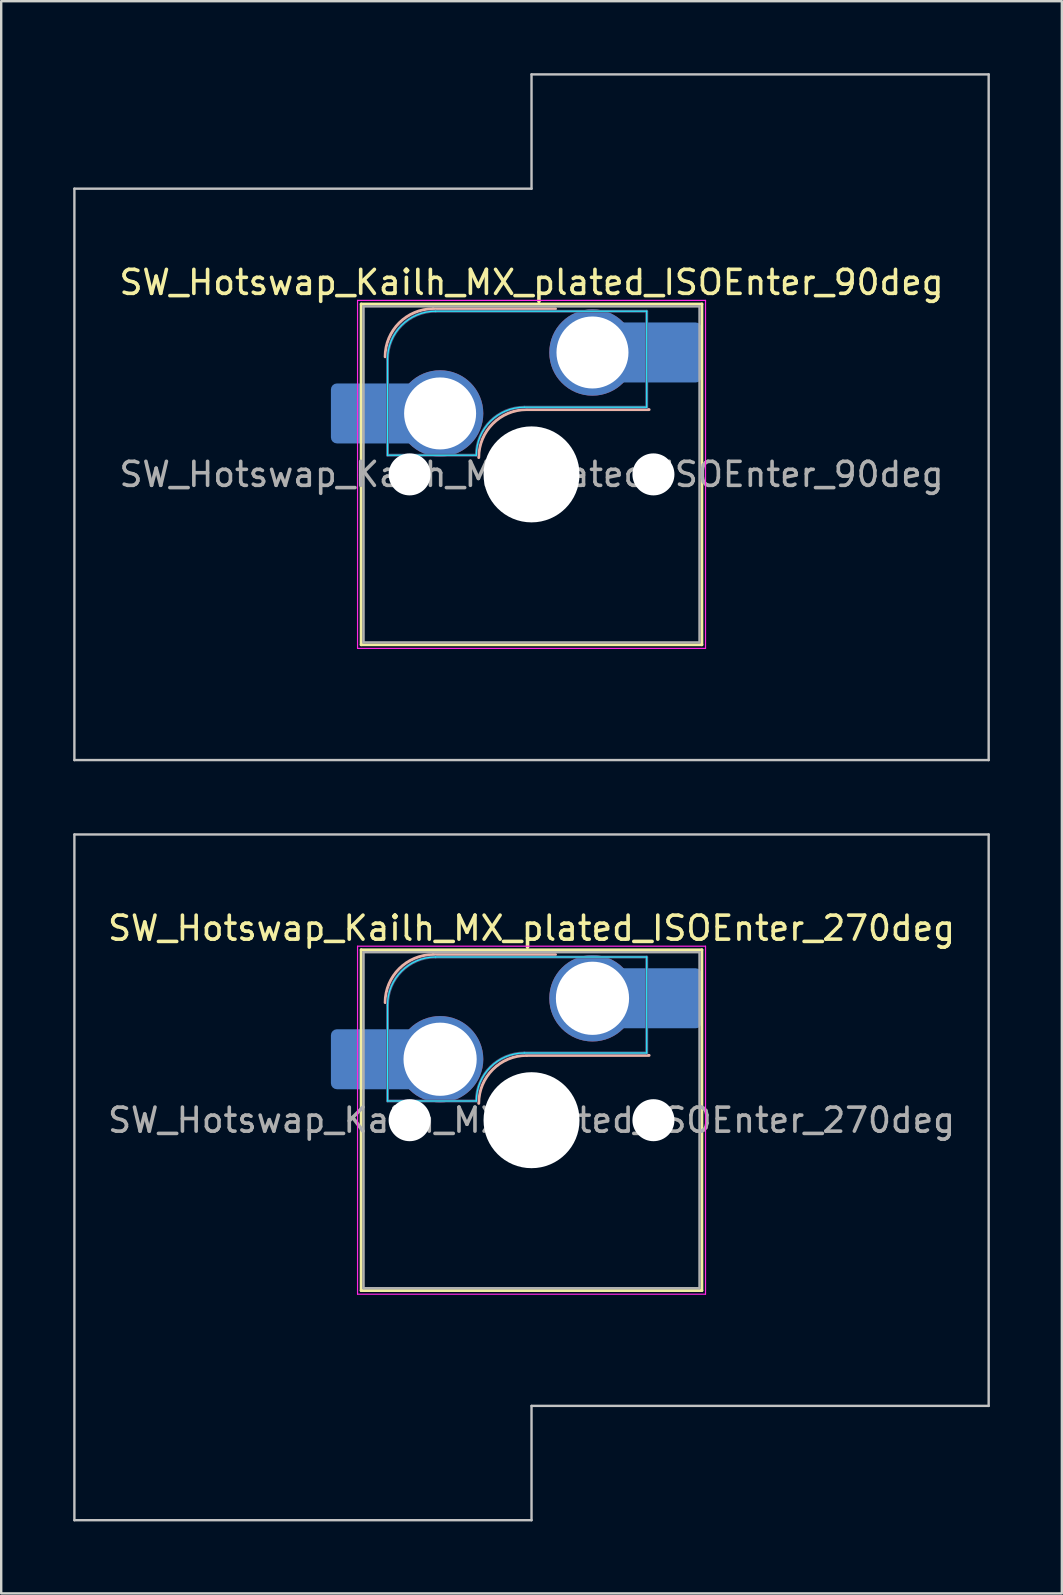
<source format=kicad_pcb>
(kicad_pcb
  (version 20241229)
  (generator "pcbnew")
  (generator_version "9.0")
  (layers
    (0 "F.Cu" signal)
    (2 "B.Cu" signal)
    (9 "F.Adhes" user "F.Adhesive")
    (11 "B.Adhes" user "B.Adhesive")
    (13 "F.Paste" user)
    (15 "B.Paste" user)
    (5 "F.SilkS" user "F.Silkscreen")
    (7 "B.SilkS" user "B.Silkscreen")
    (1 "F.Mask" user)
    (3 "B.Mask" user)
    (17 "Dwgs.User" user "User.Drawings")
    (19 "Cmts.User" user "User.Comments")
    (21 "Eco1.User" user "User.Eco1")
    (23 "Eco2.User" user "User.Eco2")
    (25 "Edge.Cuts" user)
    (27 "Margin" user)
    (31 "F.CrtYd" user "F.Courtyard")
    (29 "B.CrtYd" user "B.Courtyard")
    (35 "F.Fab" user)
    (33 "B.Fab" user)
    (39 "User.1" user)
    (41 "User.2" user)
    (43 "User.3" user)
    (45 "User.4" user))
  (footprint "SW_Hotswap_Kailh_MX_plated_ISOEnter_90deg"
    (layer "F.Cu")
    (at 19.1 16.719)
    (property "Reference" "SW_Hotswap_Kailh_MX_plated_ISOEnter_90deg" (at 0 -8 0) (layer "F.SilkS") (effects (font (size 1 1) (thickness 0.15))))
    (attr smd)
    (fp_line (start -7.1 -7.1) (end -7.1 7.1) (stroke (width 0.12) (type solid)) (layer "F.SilkS"))
    (fp_line (start -7.1 7.1) (end 7.1 7.1) (stroke (width 0.12) (type solid)) (layer "F.SilkS"))
    (fp_line (start 7.1 -7.1) (end -7.1 -7.1) (stroke (width 0.12) (type solid)) (layer "F.SilkS"))
    (fp_line (start 7.1 7.1) (end 7.1 -7.1) (stroke (width 0.12) (type solid)) (layer "F.SilkS"))
    (fp_line (start -4.1 -6.9) (end 1 -6.9) (stroke (width 0.12) (type solid)) (layer "B.SilkS"))
    (fp_line (start -0.2 -2.7) (end 4.9 -2.7) (stroke (width 0.12) (type solid)) (layer "B.SilkS"))
    (fp_arc (start -6.1 -4.9) (mid -5.514214 -6.314214) (end -4.1 -6.9) (stroke (width 0.12) (type solid)) (layer "B.SilkS"))
    (fp_arc (start -2.2 -0.7) (mid -1.614214 -2.114214) (end -0.2 -2.7) (stroke (width 0.12) (type solid)) (layer "B.SilkS"))
    (fp_line (start -19.05 -11.906) (end -19.05 11.906) (stroke (width 0.1) (type solid)) (layer "Dwgs.User"))
    (fp_line (start -19.05 11.906) (end 19.05 11.906) (stroke (width 0.1) (type solid)) (layer "Dwgs.User"))
    (fp_line (start 0 -16.669) (end 0 -11.906) (stroke (width 0.1) (type solid)) (layer "Dwgs.User"))
    (fp_line (start 0 -11.906) (end -19.05 -11.906) (stroke (width 0.1) (type solid)) (layer "Dwgs.User"))
    (fp_line (start 19.05 -16.669) (end 0 -16.669) (stroke (width 0.1) (type solid)) (layer "Dwgs.User"))
    (fp_line (start 19.05 11.906) (end 19.05 -16.669) (stroke (width 0.1) (type solid)) (layer "Dwgs.User"))
    (fp_line (start -7.8 -6) (end -7 -6) (stroke (width 0.1) (type solid)) (layer "Eco1.User"))
    (fp_line (start -7.8 -2.9) (end -7.8 -6) (stroke (width 0.1) (type solid)) (layer "Eco1.User"))
    (fp_line (start -7.8 2.9) (end -7 2.9) (stroke (width 0.1) (type solid)) (layer "Eco1.User"))
    (fp_line (start -7.8 6) (end -7.8 2.9) (stroke (width 0.1) (type solid)) (layer "Eco1.User"))
    (fp_line (start -7 -7) (end 7 -7) (stroke (width 0.1) (type solid)) (layer "Eco1.User"))
    (fp_line (start -7 -6) (end -7 -7) (stroke (width 0.1) (type solid)) (layer "Eco1.User"))
    (fp_line (start -7 -2.9) (end -7.8 -2.9) (stroke (width 0.1) (type solid)) (layer "Eco1.User"))
    (fp_line (start -7 2.9) (end -7 -2.9) (stroke (width 0.1) (type solid)) (layer "Eco1.User"))
    (fp_line (start -7 6) (end -7.8 6) (stroke (width 0.1) (type solid)) (layer "Eco1.User"))
    (fp_line (start -7 7) (end -7 6) (stroke (width 0.1) (type solid)) (layer "Eco1.User"))
    (fp_line (start 7 -7) (end 7 -6) (stroke (width 0.1) (type solid)) (layer "Eco1.User"))
    (fp_line (start 7 -6) (end 7.8 -6) (stroke (width 0.1) (type solid)) (layer "Eco1.User"))
    (fp_line (start 7 -2.9) (end 7 2.9) (stroke (width 0.1) (type solid)) (layer "Eco1.User"))
    (fp_line (start 7 2.9) (end 7.8 2.9) (stroke (width 0.1) (type solid)) (layer "Eco1.User"))
    (fp_line (start 7 6) (end 7 7) (stroke (width 0.1) (type solid)) (layer "Eco1.User"))
    (fp_line (start 7 7) (end -7 7) (stroke (width 0.1) (type solid)) (layer "Eco1.User"))
    (fp_line (start 7.8 -6) (end 7.8 -2.9) (stroke (width 0.1) (type solid)) (layer "Eco1.User"))
    (fp_line (start 7.8 -2.9) (end 7 -2.9) (stroke (width 0.1) (type solid)) (layer "Eco1.User"))
    (fp_line (start 7.8 2.9) (end 7.8 6) (stroke (width 0.1) (type solid)) (layer "Eco1.User"))
    (fp_line (start 7.8 6) (end 7 6) (stroke (width 0.1) (type solid)) (layer "Eco1.User"))
    (fp_line (start -6 -0.8) (end -6 -4.8) (stroke (width 0.05) (type solid)) (layer "B.CrtYd"))
    (fp_line (start -6 -0.8) (end -2.3 -0.8) (stroke (width 0.05) (type solid)) (layer "B.CrtYd"))
    (fp_line (start -4 -6.8) (end 4.8 -6.8) (stroke (width 0.05) (type solid)) (layer "B.CrtYd"))
    (fp_line (start -0.3 -2.8) (end 4.8 -2.8) (stroke (width 0.05) (type solid)) (layer "B.CrtYd"))
    (fp_line (start 4.8 -6.8) (end 4.8 -2.8) (stroke (width 0.05) (type solid)) (layer "B.CrtYd"))
    (fp_arc (start -6 -4.8) (mid -5.414214 -6.214214) (end -4 -6.8) (stroke (width 0.05) (type solid)) (layer "B.CrtYd"))
    (fp_arc (start -2.3 -0.8) (mid -1.714214 -2.214214) (end -0.3 -2.8) (stroke (width 0.05) (type solid)) (layer "B.CrtYd"))
    (fp_line (start -7.25 -7.25) (end -7.25 7.25) (stroke (width 0.05) (type solid)) (layer "F.CrtYd"))
    (fp_line (start -7.25 7.25) (end 7.25 7.25) (stroke (width 0.05) (type solid)) (layer "F.CrtYd"))
    (fp_line (start 7.25 -7.25) (end -7.25 -7.25) (stroke (width 0.05) (type solid)) (layer "F.CrtYd"))
    (fp_line (start 7.25 7.25) (end 7.25 -7.25) (stroke (width 0.05) (type solid)) (layer "F.CrtYd"))
    (fp_line (start -6 -0.8) (end -6 -4.8) (stroke (width 0.12) (type solid)) (layer "B.Fab"))
    (fp_line (start -6 -0.8) (end -2.3 -0.8) (stroke (width 0.12) (type solid)) (layer "B.Fab"))
    (fp_line (start -4 -6.8) (end 4.8 -6.8) (stroke (width 0.12) (type solid)) (layer "B.Fab"))
    (fp_line (start -0.3 -2.8) (end 4.8 -2.8) (stroke (width 0.12) (type solid)) (layer "B.Fab"))
    (fp_line (start 4.8 -6.8) (end 4.8 -2.8) (stroke (width 0.12) (type solid)) (layer "B.Fab"))
    (fp_arc (start -6 -4.8) (mid -5.414214 -6.214214) (end -4 -6.8) (stroke (width 0.12) (type solid)) (layer "B.Fab"))
    (fp_arc (start -2.3 -0.8) (mid -1.714214 -2.214214) (end -0.3 -2.8) (stroke (width 0.12) (type solid)) (layer "B.Fab"))
    (fp_line (start -7 -7) (end -7 7) (stroke (width 0.1) (type solid)) (layer "F.Fab"))
    (fp_line (start -7 7) (end 7 7) (stroke (width 0.1) (type solid)) (layer "F.Fab"))
    (fp_line (start 7 -7) (end -7 -7) (stroke (width 0.1) (type solid)) (layer "F.Fab"))
    (fp_line (start 7 7) (end 7 -7) (stroke (width 0.1) (type solid)) (layer "F.Fab"))
    (fp_text user "${REFERENCE}" (at 0 0 0) (layer "F.Fab") (effects (font (size 1 1) (thickness 0.15))))
    (pad "" smd roundrect (at -7.085 -2.54) (size 2.55 2.5) (layers "B.Mask" "B.Paste") (roundrect_rratio 0.1))
    (pad "" np_thru_hole circle (at -5.08 0) (size 1.75 1.75) (drill 1.75) (layers "*.Cu" "*.Mask"))
    (pad "" np_thru_hole circle (at 0 0) (size 4 4) (drill 4) (layers "*.Cu" "*.Mask"))
    (pad "" np_thru_hole circle (at 5.08 0) (size 1.75 1.75) (drill 1.75) (layers "*.Cu" "*.Mask"))
    (pad "" smd roundrect (at 5.842 -5.08) (size 2.55 2.5) (layers "B.Mask" "B.Paste") (roundrect_rratio 0.1))
    (pad "1" smd roundrect (at -6.585 -2.54) (size 3.55 2.5) (layers "B.Cu") (roundrect_rratio 0.1))
    (pad "1" thru_hole circle (at -3.81 -2.54) (size 3.6 3.6) (drill 3) (layers "*.Cu" "B.Mask"))
    (pad "2" thru_hole circle (at 2.54 -5.08) (size 3.6 3.6) (drill 3) (layers "*.Cu" "B.Mask"))
    (pad "2" smd roundrect (at 5.32 -5.08) (size 3.55 2.5) (layers "B.Cu") (roundrect_rratio 0.1)))
  (footprint "SW_Hotswap_Kailh_MX_plated_ISOEnter_270deg"
    (layer "F.Cu")
    (at 19.1 43.631)
    (property "Reference" "SW_Hotswap_Kailh_MX_plated_ISOEnter_270deg" (at 0 -8 0) (layer "F.SilkS") (effects (font (size 1 1) (thickness 0.15))))
    (attr smd)
    (fp_line (start -7.1 -7.1) (end -7.1 7.1) (stroke (width 0.12) (type solid)) (layer "F.SilkS"))
    (fp_line (start -7.1 7.1) (end 7.1 7.1) (stroke (width 0.12) (type solid)) (layer "F.SilkS"))
    (fp_line (start 7.1 -7.1) (end -7.1 -7.1) (stroke (width 0.12) (type solid)) (layer "F.SilkS"))
    (fp_line (start 7.1 7.1) (end 7.1 -7.1) (stroke (width 0.12) (type solid)) (layer "F.SilkS"))
    (fp_line (start -4.1 -6.9) (end 1 -6.9) (stroke (width 0.12) (type solid)) (layer "B.SilkS"))
    (fp_line (start -0.2 -2.7) (end 4.9 -2.7) (stroke (width 0.12) (type solid)) (layer "B.SilkS"))
    (fp_arc (start -6.1 -4.9) (mid -5.514214 -6.314214) (end -4.1 -6.9) (stroke (width 0.12) (type solid)) (layer "B.SilkS"))
    (fp_arc (start -2.2 -0.7) (mid -1.614214 -2.114214) (end -0.2 -2.7) (stroke (width 0.12) (type solid)) (layer "B.SilkS"))
    (fp_line (start -19.05 -11.906) (end -19.05 16.669) (stroke (width 0.1) (type solid)) (layer "Dwgs.User"))
    (fp_line (start -19.05 16.669) (end 0 16.669) (stroke (width 0.1) (type solid)) (layer "Dwgs.User"))
    (fp_line (start 0 11.906) (end 19.05 11.906) (stroke (width 0.1) (type solid)) (layer "Dwgs.User"))
    (fp_line (start 0 16.669) (end 0 11.906) (stroke (width 0.1) (type solid)) (layer "Dwgs.User"))
    (fp_line (start 19.05 -11.906) (end -19.05 -11.906) (stroke (width 0.1) (type solid)) (layer "Dwgs.User"))
    (fp_line (start 19.05 11.906) (end 19.05 -11.906) (stroke (width 0.1) (type solid)) (layer "Dwgs.User"))
    (fp_line (start -7.8 -6) (end -7 -6) (stroke (width 0.1) (type solid)) (layer "Eco1.User"))
    (fp_line (start -7.8 -2.9) (end -7.8 -6) (stroke (width 0.1) (type solid)) (layer "Eco1.User"))
    (fp_line (start -7.8 2.9) (end -7 2.9) (stroke (width 0.1) (type solid)) (layer "Eco1.User"))
    (fp_line (start -7.8 6) (end -7.8 2.9) (stroke (width 0.1) (type solid)) (layer "Eco1.User"))
    (fp_line (start -7 -7) (end 7 -7) (stroke (width 0.1) (type solid)) (layer "Eco1.User"))
    (fp_line (start -7 -6) (end -7 -7) (stroke (width 0.1) (type solid)) (layer "Eco1.User"))
    (fp_line (start -7 -2.9) (end -7.8 -2.9) (stroke (width 0.1) (type solid)) (layer "Eco1.User"))
    (fp_line (start -7 2.9) (end -7 -2.9) (stroke (width 0.1) (type solid)) (layer "Eco1.User"))
    (fp_line (start -7 6) (end -7.8 6) (stroke (width 0.1) (type solid)) (layer "Eco1.User"))
    (fp_line (start -7 7) (end -7 6) (stroke (width 0.1) (type solid)) (layer "Eco1.User"))
    (fp_line (start 7 -7) (end 7 -6) (stroke (width 0.1) (type solid)) (layer "Eco1.User"))
    (fp_line (start 7 -6) (end 7.8 -6) (stroke (width 0.1) (type solid)) (layer "Eco1.User"))
    (fp_line (start 7 -2.9) (end 7 2.9) (stroke (width 0.1) (type solid)) (layer "Eco1.User"))
    (fp_line (start 7 2.9) (end 7.8 2.9) (stroke (width 0.1) (type solid)) (layer "Eco1.User"))
    (fp_line (start 7 6) (end 7 7) (stroke (width 0.1) (type solid)) (layer "Eco1.User"))
    (fp_line (start 7 7) (end -7 7) (stroke (width 0.1) (type solid)) (layer "Eco1.User"))
    (fp_line (start 7.8 -6) (end 7.8 -2.9) (stroke (width 0.1) (type solid)) (layer "Eco1.User"))
    (fp_line (start 7.8 -2.9) (end 7 -2.9) (stroke (width 0.1) (type solid)) (layer "Eco1.User"))
    (fp_line (start 7.8 2.9) (end 7.8 6) (stroke (width 0.1) (type solid)) (layer "Eco1.User"))
    (fp_line (start 7.8 6) (end 7 6) (stroke (width 0.1) (type solid)) (layer "Eco1.User"))
    (fp_line (start -6 -0.8) (end -6 -4.8) (stroke (width 0.05) (type solid)) (layer "B.CrtYd"))
    (fp_line (start -6 -0.8) (end -2.3 -0.8) (stroke (width 0.05) (type solid)) (layer "B.CrtYd"))
    (fp_line (start -4 -6.8) (end 4.8 -6.8) (stroke (width 0.05) (type solid)) (layer "B.CrtYd"))
    (fp_line (start -0.3 -2.8) (end 4.8 -2.8) (stroke (width 0.05) (type solid)) (layer "B.CrtYd"))
    (fp_line (start 4.8 -6.8) (end 4.8 -2.8) (stroke (width 0.05) (type solid)) (layer "B.CrtYd"))
    (fp_arc (start -6 -4.8) (mid -5.414214 -6.214214) (end -4 -6.8) (stroke (width 0.05) (type solid)) (layer "B.CrtYd"))
    (fp_arc (start -2.3 -0.8) (mid -1.714214 -2.214214) (end -0.3 -2.8) (stroke (width 0.05) (type solid)) (layer "B.CrtYd"))
    (fp_line (start -7.25 -7.25) (end -7.25 7.25) (stroke (width 0.05) (type solid)) (layer "F.CrtYd"))
    (fp_line (start -7.25 7.25) (end 7.25 7.25) (stroke (width 0.05) (type solid)) (layer "F.CrtYd"))
    (fp_line (start 7.25 -7.25) (end -7.25 -7.25) (stroke (width 0.05) (type solid)) (layer "F.CrtYd"))
    (fp_line (start 7.25 7.25) (end 7.25 -7.25) (stroke (width 0.05) (type solid)) (layer "F.CrtYd"))
    (fp_line (start -6 -0.8) (end -6 -4.8) (stroke (width 0.12) (type solid)) (layer "B.Fab"))
    (fp_line (start -6 -0.8) (end -2.3 -0.8) (stroke (width 0.12) (type solid)) (layer "B.Fab"))
    (fp_line (start -4 -6.8) (end 4.8 -6.8) (stroke (width 0.12) (type solid)) (layer "B.Fab"))
    (fp_line (start -0.3 -2.8) (end 4.8 -2.8) (stroke (width 0.12) (type solid)) (layer "B.Fab"))
    (fp_line (start 4.8 -6.8) (end 4.8 -2.8) (stroke (width 0.12) (type solid)) (layer "B.Fab"))
    (fp_arc (start -6 -4.8) (mid -5.414214 -6.214214) (end -4 -6.8) (stroke (width 0.12) (type solid)) (layer "B.Fab"))
    (fp_arc (start -2.3 -0.8) (mid -1.714214 -2.214214) (end -0.3 -2.8) (stroke (width 0.12) (type solid)) (layer "B.Fab"))
    (fp_line (start -7 -7) (end -7 7) (stroke (width 0.1) (type solid)) (layer "F.Fab"))
    (fp_line (start -7 7) (end 7 7) (stroke (width 0.1) (type solid)) (layer "F.Fab"))
    (fp_line (start 7 -7) (end -7 -7) (stroke (width 0.1) (type solid)) (layer "F.Fab"))
    (fp_line (start 7 7) (end 7 -7) (stroke (width 0.1) (type solid)) (layer "F.Fab"))
    (fp_text user "${REFERENCE}" (at 0 0 0) (layer "F.Fab") (effects (font (size 1 1) (thickness 0.15))))
    (pad "" smd roundrect (at -7.085 -2.54) (size 2.55 2.5) (layers "B.Mask" "B.Paste") (roundrect_rratio 0.1))
    (pad "" np_thru_hole circle (at -5.08 0) (size 1.75 1.75) (drill 1.75) (layers "*.Cu" "*.Mask"))
    (pad "" np_thru_hole circle (at 0 0) (size 4 4) (drill 4) (layers "*.Cu" "*.Mask"))
    (pad "" np_thru_hole circle (at 5.08 0) (size 1.75 1.75) (drill 1.75) (layers "*.Cu" "*.Mask"))
    (pad "" smd roundrect (at 5.842 -5.08) (size 2.55 2.5) (layers "B.Mask" "B.Paste") (roundrect_rratio 0.1))
    (pad "1" smd roundrect (at -6.585 -2.54) (size 3.55 2.5) (layers "B.Cu") (roundrect_rratio 0.1))
    (pad "1" thru_hole circle (at -3.81 -2.54) (size 3.6 3.6) (drill 3.05) (layers "*.Cu" "B.Mask"))
    (pad "2" thru_hole circle (at 2.54 -5.08) (size 3.6 3.6) (drill 3.05) (layers "*.Cu" "B.Mask"))
    (pad "2" smd roundrect (at 5.32 -5.08) (size 3.55 2.5) (layers "B.Cu") (roundrect_rratio 0.1)))
  (gr_rect
    (start -3 -3)
    (end 41.2 63.35)
    (stroke (width 0.1) (type default))
    (fill no)
    (layer "Edge.Cuts")))
</source>
